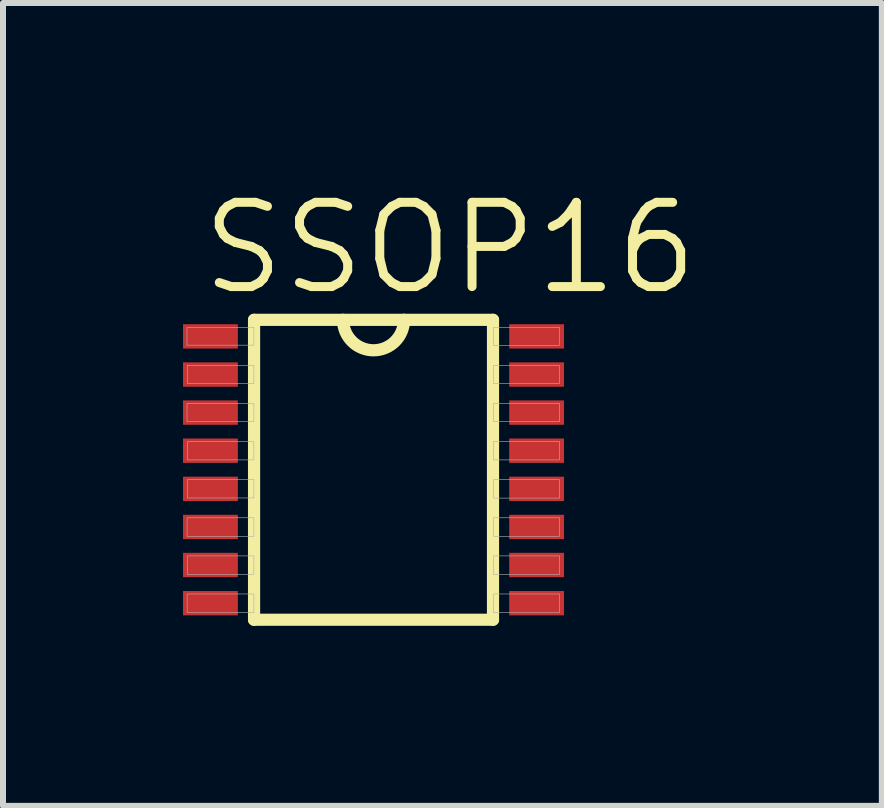
<source format=kicad_pcb>
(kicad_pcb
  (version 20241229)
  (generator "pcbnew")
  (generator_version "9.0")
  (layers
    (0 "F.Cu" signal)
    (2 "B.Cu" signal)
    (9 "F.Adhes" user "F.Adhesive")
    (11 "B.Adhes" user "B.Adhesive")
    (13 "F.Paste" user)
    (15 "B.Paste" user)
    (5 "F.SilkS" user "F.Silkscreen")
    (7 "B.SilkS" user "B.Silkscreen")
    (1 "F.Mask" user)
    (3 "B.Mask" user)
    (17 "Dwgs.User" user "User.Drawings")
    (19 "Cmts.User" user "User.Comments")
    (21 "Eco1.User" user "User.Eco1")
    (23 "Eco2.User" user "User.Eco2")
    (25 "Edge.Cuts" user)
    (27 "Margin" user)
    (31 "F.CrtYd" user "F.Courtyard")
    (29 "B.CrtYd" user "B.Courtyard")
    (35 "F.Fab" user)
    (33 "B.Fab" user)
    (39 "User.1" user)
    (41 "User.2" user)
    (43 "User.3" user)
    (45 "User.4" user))
  (footprint "SSOP16"
    (layer "F.Cu")
    (at 3.175 4.779)
    (property "Reference" "SSOP16" (at 1.274 -3.695 0) (layer "F.SilkS") (effects (font (size 1.404 1.404) (thickness 0.15))))
    (attr smd)
    (fp_line (start -1.991 -2.499) (end -1.991 2.499) (stroke (width 0.203) (type solid)) (layer "F.SilkS"))
    (fp_line (start -1.991 2.499) (end 1.991 2.499) (stroke (width 0.203) (type solid)) (layer "F.SilkS"))
    (fp_line (start 1.991 -2.499) (end -1.991 -2.499) (stroke (width 0.203) (type solid)) (layer "F.SilkS"))
    (fp_line (start 1.991 2.499) (end 1.991 -2.499) (stroke (width 0.203) (type solid)) (layer "F.SilkS"))
    (fp_arc (start 0.508 -2.49932) (mid 0 -1.99132) (end -0.508 -2.49932) (stroke (width 0.2032) (type solid)) (layer "F.SilkS"))
    (fp_poly (pts (xy -3.109 -2.375) (xy -1.994 -2.375) (xy -1.994 -2.077) (xy -3.109 -2.077)) (stroke (width 0.01) (type solid)) (fill no) (layer "F.Fab"))
    (fp_poly (pts (xy -3.108 -1.105) (xy -1.994 -1.105) (xy -1.994 -0.803) (xy -3.108 -0.803)) (stroke (width 0.01) (type solid)) (fill no) (layer "F.Fab"))
    (fp_poly (pts (xy -3.107 0.8) (xy -1.994 0.8) (xy -1.994 1.108) (xy -3.107 1.108)) (stroke (width 0.01) (type solid)) (fill no) (layer "F.Fab"))
    (fp_poly (pts (xy -3.106 2.07) (xy -1.994 2.07) (xy -1.994 2.381) (xy -3.106 2.381)) (stroke (width 0.01) (type solid)) (fill no) (layer "F.Fab"))
    (fp_poly (pts (xy -3.104 1.435) (xy -1.994 1.435) (xy -1.994 1.743) (xy -3.104 1.743)) (stroke (width 0.01) (type solid)) (fill no) (layer "F.Fab"))
    (fp_poly (pts (xy -3.103 -1.74) (xy -1.994 -1.74) (xy -1.994 -1.437) (xy -3.103 -1.437)) (stroke (width 0.01) (type solid)) (fill no) (layer "F.Fab"))
    (fp_poly (pts (xy -3.103 0.165) (xy -1.994 0.165) (xy -1.994 0.47) (xy -3.103 0.47)) (stroke (width 0.01) (type solid)) (fill no) (layer "F.Fab"))
    (fp_poly (pts (xy -3.102 -0.47) (xy -1.994 -0.47) (xy -1.994 -0.165) (xy -3.102 -0.165)) (stroke (width 0.01) (type solid)) (fill no) (layer "F.Fab"))
    (fp_poly (pts (xy 1.998 -0.47) (xy 3.099 -0.47) (xy 3.099 -0.165) (xy 1.998 -0.165)) (stroke (width 0.01) (type solid)) (fill no) (layer "F.Fab"))
    (fp_poly (pts (xy 1.998 -1.74) (xy 3.099 -1.74) (xy 3.099 -1.438) (xy 1.998 -1.438)) (stroke (width 0.01) (type solid)) (fill no) (layer "F.Fab"))
    (fp_poly (pts (xy 1.998 -2.375) (xy 3.099 -2.375) (xy 3.099 -2.075) (xy 1.998 -2.075)) (stroke (width 0.01) (type solid)) (fill no) (layer "F.Fab"))
    (fp_poly (pts (xy 1.998 -1.105) (xy 3.099 -1.105) (xy 3.099 -0.802) (xy 1.998 -0.802)) (stroke (width 0.01) (type solid)) (fill no) (layer "F.Fab"))
    (fp_poly (pts (xy 1.999 1.435) (xy 3.099 1.435) (xy 3.099 1.745) (xy 1.999 1.745)) (stroke (width 0.01) (type solid)) (fill no) (layer "F.Fab"))
    (fp_poly (pts (xy 2 0.8) (xy 3.099 0.8) (xy 3.099 1.108) (xy 2 1.108)) (stroke (width 0.01) (type solid)) (fill no) (layer "F.Fab"))
    (fp_poly (pts (xy 2 2.07) (xy 3.099 2.07) (xy 3.099 2.382) (xy 2 2.382)) (stroke (width 0.01) (type solid)) (fill no) (layer "F.Fab"))
    (fp_poly (pts (xy 2.001 0.165) (xy 3.099 0.165) (xy 3.099 0.472) (xy 2.001 0.472)) (stroke (width 0.01) (type solid)) (fill no) (layer "F.Fab"))
    (pad "1" smd rect (at -2.718 -2.223) (size 0.914 0.406) (layers "F.Cu" "F.Mask" "F.Paste"))
    (pad "2" smd rect (at -2.718 -1.587) (size 0.914 0.406) (layers "F.Cu" "F.Mask" "F.Paste"))
    (pad "3" smd rect (at -2.718 -0.953) (size 0.914 0.406) (layers "F.Cu" "F.Mask" "F.Paste"))
    (pad "4" smd rect (at -2.718 -0.318) (size 0.914 0.406) (layers "F.Cu" "F.Mask" "F.Paste"))
    (pad "5" smd rect (at -2.718 0.318) (size 0.914 0.406) (layers "F.Cu" "F.Mask" "F.Paste"))
    (pad "6" smd rect (at -2.718 0.953) (size 0.914 0.406) (layers "F.Cu" "F.Mask" "F.Paste"))
    (pad "7" smd rect (at -2.718 1.587) (size 0.914 0.406) (layers "F.Cu" "F.Mask" "F.Paste"))
    (pad "8" smd rect (at -2.718 2.223) (size 0.914 0.406) (layers "F.Cu" "F.Mask" "F.Paste"))
    (pad "9" smd rect (at 2.718 2.223) (size 0.914 0.406) (layers "F.Cu" "F.Mask" "F.Paste"))
    (pad "10" smd rect (at 2.718 1.587) (size 0.914 0.406) (layers "F.Cu" "F.Mask" "F.Paste"))
    (pad "11" smd rect (at 2.718 0.953) (size 0.914 0.406) (layers "F.Cu" "F.Mask" "F.Paste"))
    (pad "12" smd rect (at 2.718 0.318) (size 0.914 0.406) (layers "F.Cu" "F.Mask" "F.Paste"))
    (pad "13" smd rect (at 2.718 -0.318) (size 0.914 0.406) (layers "F.Cu" "F.Mask" "F.Paste"))
    (pad "14" smd rect (at 2.718 -0.953) (size 0.914 0.406) (layers "F.Cu" "F.Mask" "F.Paste"))
    (pad "15" smd rect (at 2.718 -1.587) (size 0.914 0.406) (layers "F.Cu" "F.Mask" "F.Paste"))
    (pad "16" smd rect (at 2.718 -2.223) (size 0.914 0.406) (layers "F.Cu" "F.Mask" "F.Paste")))
  (gr_rect
    (start -3 -3)
    (end 11.646 10.38)
    (stroke (width 0.1) (type default))
    (fill no)
    (layer "Edge.Cuts")))
</source>
